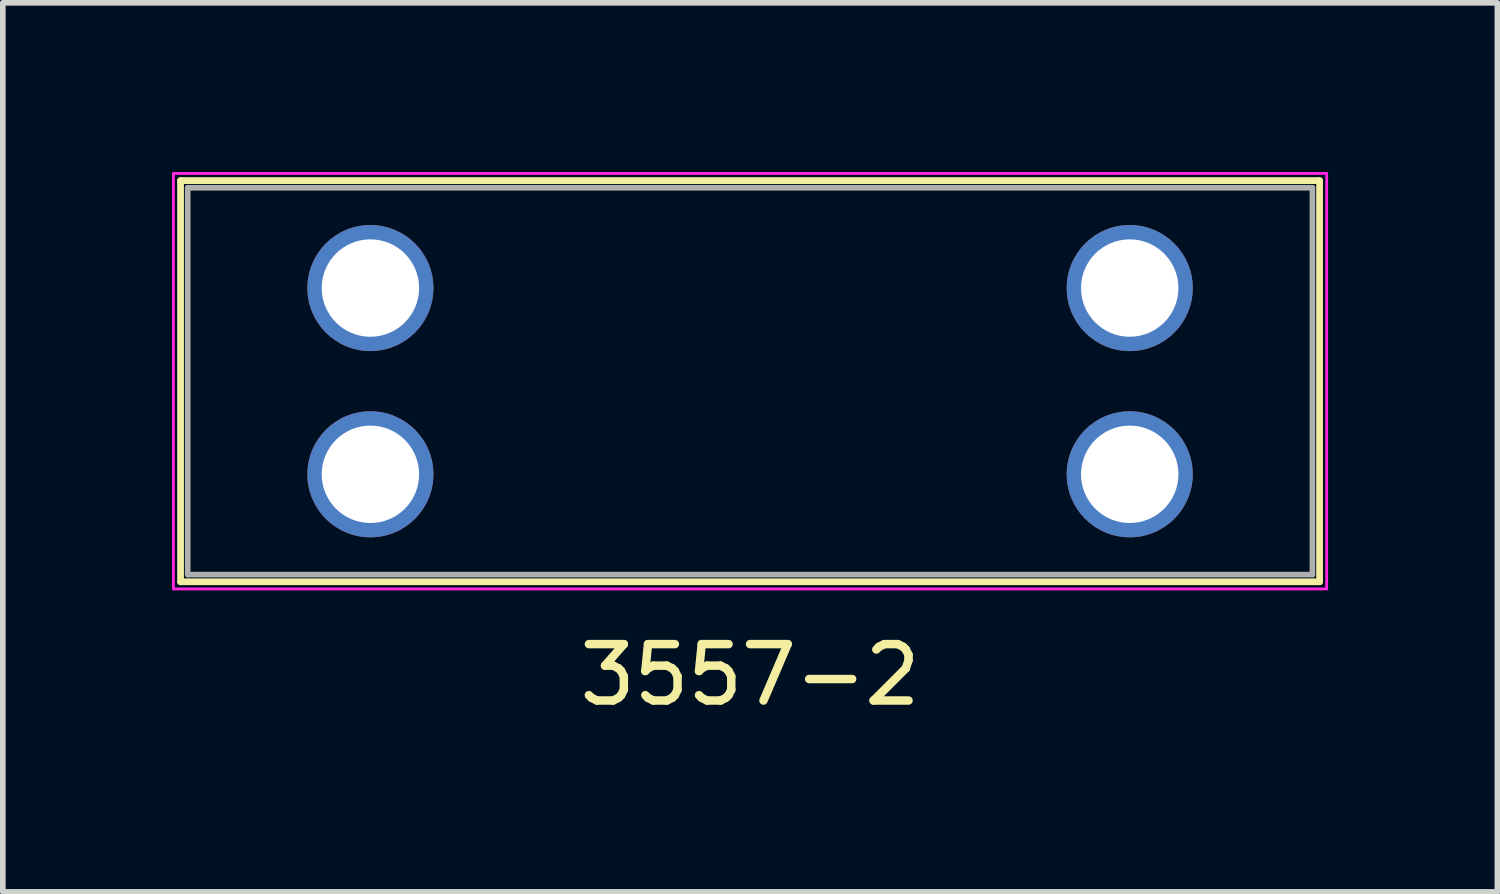
<source format=kicad_pcb>
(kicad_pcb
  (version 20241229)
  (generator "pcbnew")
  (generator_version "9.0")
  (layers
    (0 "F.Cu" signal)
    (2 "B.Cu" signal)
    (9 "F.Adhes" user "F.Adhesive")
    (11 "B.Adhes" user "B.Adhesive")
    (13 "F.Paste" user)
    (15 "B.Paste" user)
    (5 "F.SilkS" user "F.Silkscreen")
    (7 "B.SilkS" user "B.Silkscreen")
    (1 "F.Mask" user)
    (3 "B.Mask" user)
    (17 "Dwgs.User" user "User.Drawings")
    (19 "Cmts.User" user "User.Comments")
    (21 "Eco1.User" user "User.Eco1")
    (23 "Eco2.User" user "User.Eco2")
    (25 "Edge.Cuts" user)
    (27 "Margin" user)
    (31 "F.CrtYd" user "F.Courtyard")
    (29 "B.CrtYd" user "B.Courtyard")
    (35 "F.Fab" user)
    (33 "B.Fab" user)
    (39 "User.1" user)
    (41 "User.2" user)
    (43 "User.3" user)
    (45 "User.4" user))
  (footprint "3557-2"
    (layer "F.Cu")
    (at 10.248 2.057)
    (property "Reference" "3557-2" (at 0 6.858 0) (layer "F.SilkS") (effects (font (size 1 1) (thickness 0.15))))
    (attr through_hole)
    (fp_line (start -10.097 -1.905) (end -10.097 5.207) (stroke (width 0.12) (type solid)) (layer "F.SilkS"))
    (fp_line (start -10.097 5.207) (end 10.097 5.207) (stroke (width 0.12) (type solid)) (layer "F.SilkS"))
    (fp_line (start 10.097 -1.905) (end -10.097 -1.905) (stroke (width 0.12) (type solid)) (layer "F.SilkS"))
    (fp_line (start 10.097 5.207) (end 10.097 -1.905) (stroke (width 0.12) (type solid)) (layer "F.SilkS"))
    (fp_line (start -10.223 -2.032) (end -10.223 5.334) (stroke (width 0.05) (type solid)) (layer "F.CrtYd"))
    (fp_line (start -10.223 5.334) (end 10.223 5.334) (stroke (width 0.05) (type solid)) (layer "F.CrtYd"))
    (fp_line (start 10.223 -2.032) (end -10.223 -2.032) (stroke (width 0.05) (type solid)) (layer "F.CrtYd"))
    (fp_line (start 10.223 5.334) (end 10.223 -2.032) (stroke (width 0.05) (type solid)) (layer "F.CrtYd"))
    (fp_line (start -9.97 -1.778) (end -9.97 5.08) (stroke (width 0.1) (type solid)) (layer "F.Fab"))
    (fp_line (start -9.97 5.08) (end 9.97 5.08) (stroke (width 0.1) (type solid)) (layer "F.Fab"))
    (fp_line (start 9.97 -1.778) (end -9.97 -1.778) (stroke (width 0.1) (type solid)) (layer "F.Fab"))
    (fp_line (start 9.97 5.08) (end 9.97 -1.778) (stroke (width 0.1) (type solid)) (layer "F.Fab"))
    (fp_text user "*" (at -6.731 0 0) (layer "F.Fab") (effects (font (size 1 1) (thickness 0.15))))
    (pad "1" thru_hole circle (at -6.731 0) (size 2.235 2.235) (drill 1.727) (layers "*.Cu" "*.Mask"))
    (pad "1" thru_hole circle (at -6.731 3.302) (size 2.235 2.235) (drill 1.727) (layers "*.Cu" "*.Mask"))
    (pad "2" thru_hole circle (at 6.731 0) (size 2.235 2.235) (drill 1.727) (layers "*.Cu" "*.Mask"))
    (pad "2" thru_hole circle (at 6.731 3.302) (size 2.235 2.235) (drill 1.727) (layers "*.Cu" "*.Mask")))
  (gr_rect
    (start -3 -3)
    (end 23.497 12.763)
    (stroke (width 0.1) (type default))
    (fill no)
    (layer "Edge.Cuts")))
</source>
